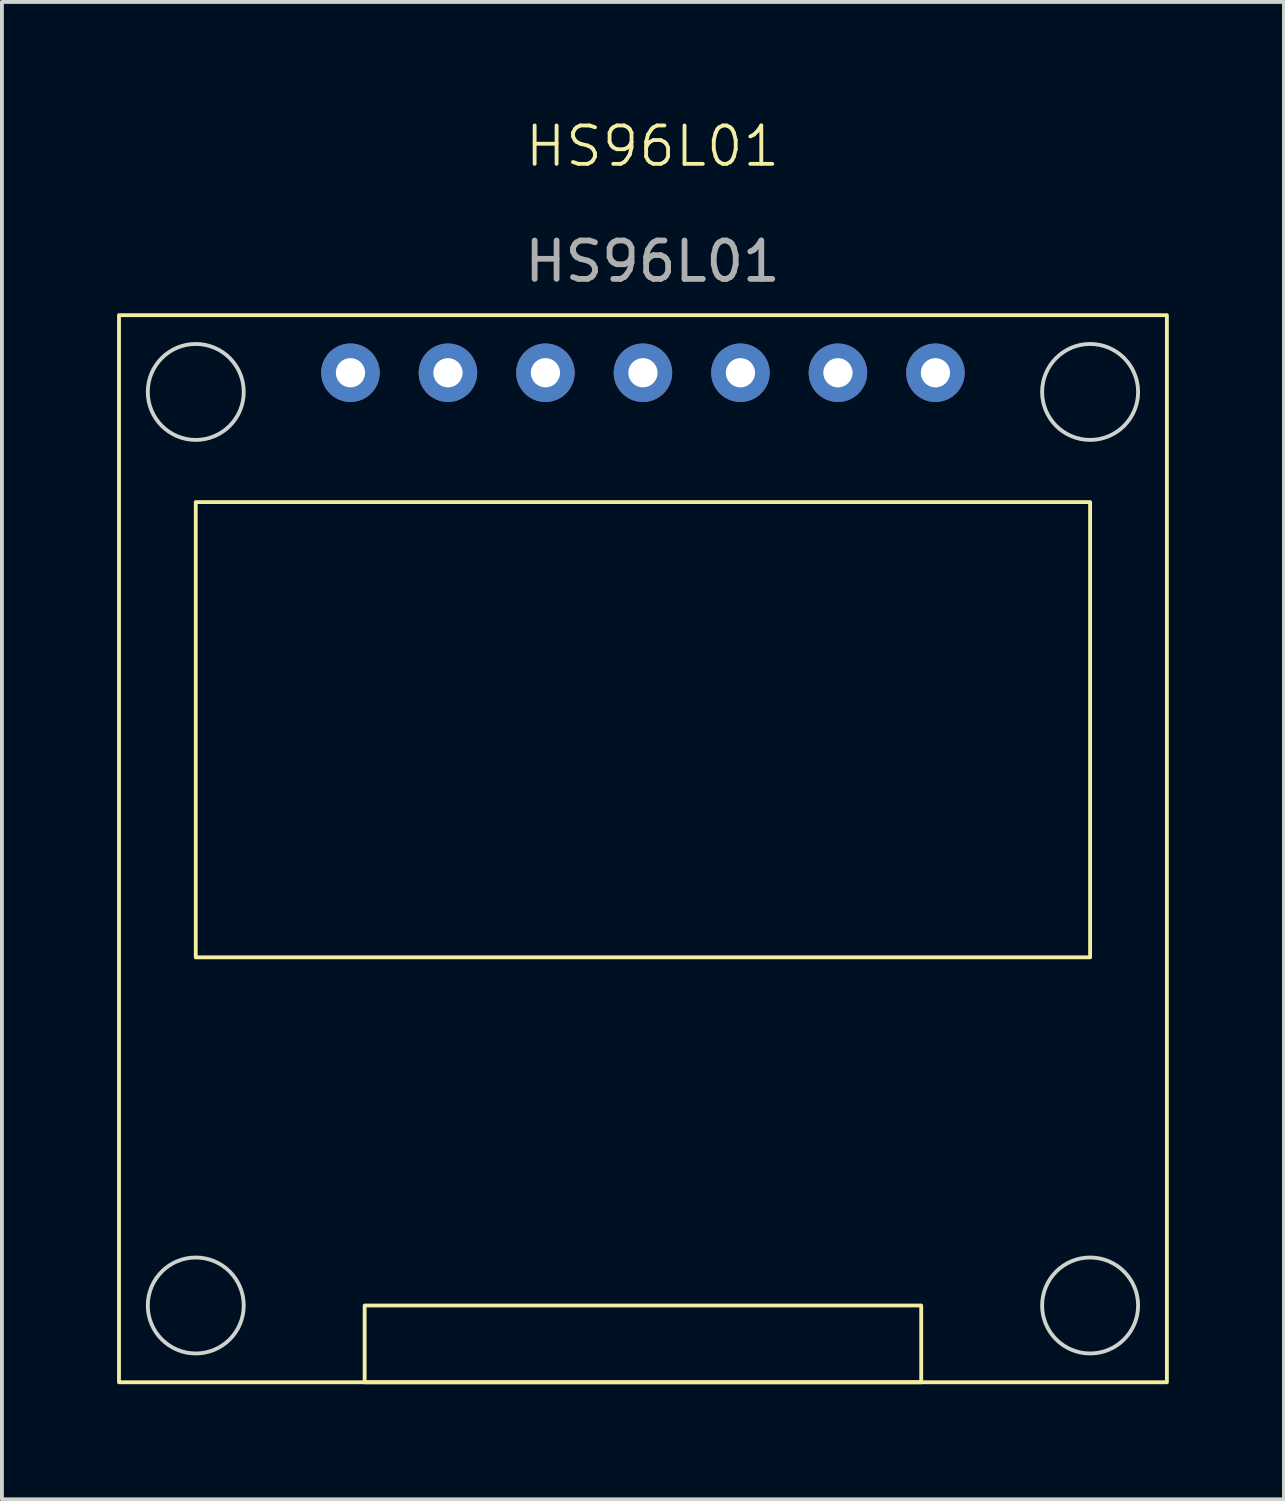
<source format=kicad_pcb>
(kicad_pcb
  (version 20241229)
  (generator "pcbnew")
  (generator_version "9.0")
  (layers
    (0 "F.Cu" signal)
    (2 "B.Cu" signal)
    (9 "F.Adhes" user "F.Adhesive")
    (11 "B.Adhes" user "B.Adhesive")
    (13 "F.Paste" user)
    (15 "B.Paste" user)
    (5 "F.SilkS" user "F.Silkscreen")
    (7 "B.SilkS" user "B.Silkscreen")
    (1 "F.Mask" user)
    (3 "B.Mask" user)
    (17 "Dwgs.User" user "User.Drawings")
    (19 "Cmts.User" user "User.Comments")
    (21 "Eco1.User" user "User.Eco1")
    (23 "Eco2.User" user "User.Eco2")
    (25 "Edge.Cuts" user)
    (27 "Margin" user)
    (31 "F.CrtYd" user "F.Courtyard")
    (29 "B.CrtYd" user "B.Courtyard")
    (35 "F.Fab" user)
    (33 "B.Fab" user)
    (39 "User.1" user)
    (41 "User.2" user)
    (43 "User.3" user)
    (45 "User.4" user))
  (footprint "HS96L01"
    (layer "F.Cu")
    (at 13.7 19.061)
    (property "Reference" "HS96L01" (at 0.25 -18.3 0) (unlocked yes) (layer "F.SilkS") (effects (font (size 1 1) (thickness 0.1))))
    (attr through_hole)
    (fp_rect (start -13.65 -13.9) (end 13.65 13.9) (stroke (width 0.1) (type default)) (fill no) (layer "F.SilkS"))
    (fp_rect (start -11.65 -9.03) (end 11.65 2.83) (stroke (width 0.1) (type default)) (fill no) (layer "F.SilkS"))
    (fp_rect (start -7.25 11.9) (end 7.25 13.9) (stroke (width 0.1) (type default)) (fill no) (layer "F.SilkS"))
    (fp_circle (center -11.65 -11.9) (end -10.4 -11.9) (stroke (width 0.1) (type default)) (fill no) (layer "Edge.Cuts"))
    (fp_circle (center -11.65 11.9) (end -10.4 11.9) (stroke (width 0.1) (type default)) (fill no) (layer "Edge.Cuts"))
    (fp_circle (center 11.65 -11.9) (end 12.9 -11.9) (stroke (width 0.1) (type default)) (fill no) (layer "Edge.Cuts"))
    (fp_circle (center 11.65 11.9) (end 12.9 11.9) (stroke (width 0.1) (type default)) (fill no) (layer "Edge.Cuts"))
    (fp_text user "${REFERENCE}" (at 0.25 -15.3 0) (unlocked yes) (layer "F.Fab") (effects (font (size 1 1) (thickness 0.15))))
    (pad "1" thru_hole circle (at -7.62 -12.4) (size 1.524 1.524) (drill 0.762) (layers "*.Cu" "*.Mask"))
    (pad "2" thru_hole circle (at -5.08 -12.4) (size 1.524 1.524) (drill 0.762) (layers "*.Cu" "*.Mask"))
    (pad "3" thru_hole circle (at -2.54 -12.4) (size 1.524 1.524) (drill 0.762) (layers "*.Cu" "*.Mask"))
    (pad "4" thru_hole circle (at 0 -12.4) (size 1.524 1.524) (drill 0.762) (layers "*.Cu" "*.Mask"))
    (pad "5" thru_hole circle (at 2.54 -12.4) (size 1.524 1.524) (drill 0.762) (layers "*.Cu" "*.Mask"))
    (pad "6" thru_hole circle (at 5.08 -12.4) (size 1.524 1.524) (drill 0.762) (layers "*.Cu" "*.Mask"))
    (pad "7" thru_hole circle (at 7.62 -12.4) (size 1.524 1.524) (drill 0.762) (layers "*.Cu" "*.Mask")))
  (gr_rect
    (start -3 -3)
    (end 30.4 36.011)
    (stroke (width 0.1) (type default))
    (fill no)
    (layer "Edge.Cuts")))
</source>
